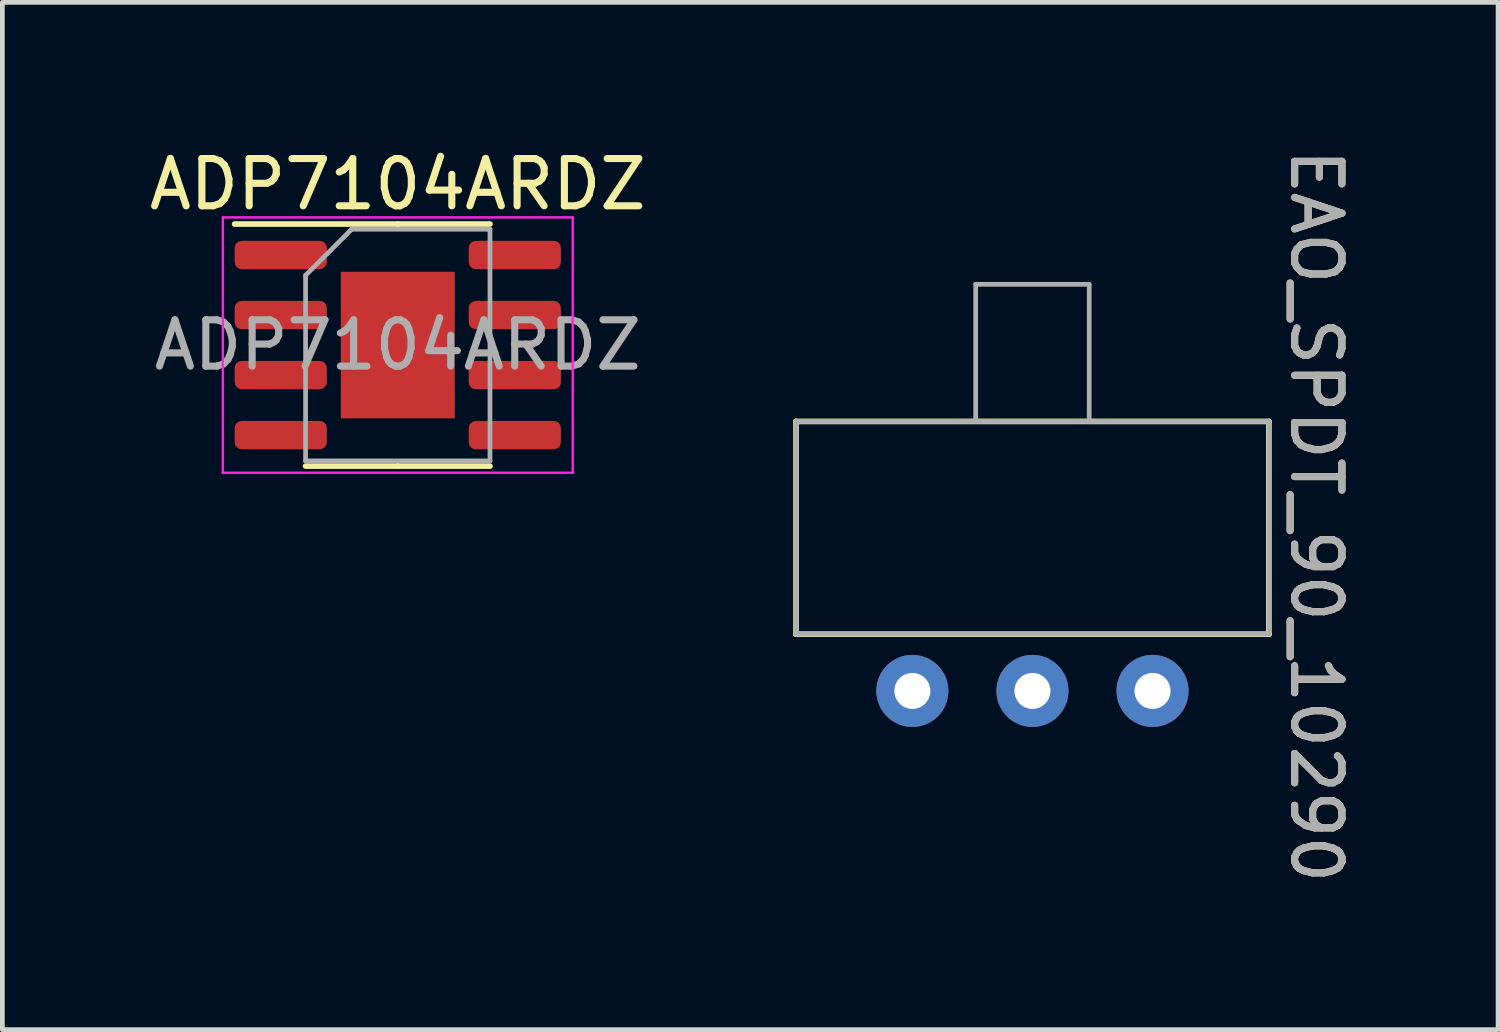
<source format=kicad_pcb>
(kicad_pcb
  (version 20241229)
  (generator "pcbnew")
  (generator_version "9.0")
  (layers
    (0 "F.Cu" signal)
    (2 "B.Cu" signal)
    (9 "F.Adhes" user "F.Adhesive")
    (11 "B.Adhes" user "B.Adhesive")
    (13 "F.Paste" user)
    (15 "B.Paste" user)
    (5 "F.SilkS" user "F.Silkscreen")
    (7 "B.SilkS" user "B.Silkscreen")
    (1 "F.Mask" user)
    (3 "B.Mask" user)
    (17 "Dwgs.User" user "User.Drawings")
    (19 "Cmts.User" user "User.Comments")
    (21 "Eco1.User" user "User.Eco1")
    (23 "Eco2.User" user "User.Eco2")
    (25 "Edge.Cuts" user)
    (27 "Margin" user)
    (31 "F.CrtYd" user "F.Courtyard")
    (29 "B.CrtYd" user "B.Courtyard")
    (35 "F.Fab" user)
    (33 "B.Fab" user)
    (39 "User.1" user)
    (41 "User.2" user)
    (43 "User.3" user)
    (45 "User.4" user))
  (footprint "EAO_SPDT_90_10290"
    (layer "F.Cu")
    (at 18.786 11.563)
    (property "Reference" "EAO_SPDT_90_10290" (at 6 -3.7 270) (unlocked yes) (layer "F.SilkS") (effects (font (size 1 1) (thickness 0.15))))
    (attr through_hole)
    (fp_line (start -5 -5.7) (end -5 -1.2) (stroke (width 0.12) (type solid)) (layer "F.SilkS"))
    (fp_line (start -5 -1.2) (end 5 -1.2) (stroke (width 0.12) (type solid)) (layer "F.SilkS"))
    (fp_line (start 5 -5.7) (end -5 -5.7) (stroke (width 0.12) (type solid)) (layer "F.SilkS"))
    (fp_line (start 5 -1.2) (end 5 -5.7) (stroke (width 0.12) (type solid)) (layer "F.SilkS"))
    (fp_line (start -5 -5.7) (end -5 -1.2) (stroke (width 0.1) (type solid)) (layer "F.Fab"))
    (fp_line (start -5 -1.2) (end 5 -1.2) (stroke (width 0.1) (type solid)) (layer "F.Fab"))
    (fp_line (start -1.2 -8.6) (end -1.2 -5.7) (stroke (width 0.1) (type solid)) (layer "F.Fab"))
    (fp_line (start 1.2 -8.6) (end -1.2 -8.6) (stroke (width 0.1) (type solid)) (layer "F.Fab"))
    (fp_line (start 1.2 -5.7) (end 1.2 -8.6) (stroke (width 0.1) (type solid)) (layer "F.Fab"))
    (fp_line (start 5 -5.7) (end -5 -5.7) (stroke (width 0.1) (type solid)) (layer "F.Fab"))
    (fp_line (start 5 -1.2) (end 5 -5.7) (stroke (width 0.1) (type solid)) (layer "F.Fab"))
    (fp_text user "${REFERENCE}" (at 6 -3.7 270) (unlocked yes) (layer "F.Fab") (effects (font (size 1 1) (thickness 0.15))))
    (pad "1" thru_hole circle (at -2.54 0) (size 1.524 1.524) (drill 0.762) (layers "*.Cu" "*.Mask"))
    (pad "2" thru_hole circle (at 0 0) (size 1.524 1.524) (drill 0.762) (layers "*.Cu" "*.Mask"))
    (pad "3" thru_hole circle (at 2.54 0) (size 1.524 1.524) (drill 0.762) (layers "*.Cu" "*.Mask")))
  (footprint "ADP7104ARDZ"
    (layer "F.Cu")
    (at 5.363 4.248)
    (property "Reference" "ADP7104ARDZ" (at 0 -3.4 0) (layer "F.SilkS") (effects (font (size 1 1) (thickness 0.15))))
    (attr smd)
    (fp_line (start 0 -2.56) (end -3.45 -2.56) (stroke (width 0.12) (type solid)) (layer "F.SilkS"))
    (fp_line (start 0 -2.56) (end 1.95 -2.56) (stroke (width 0.12) (type solid)) (layer "F.SilkS"))
    (fp_line (start 0 2.56) (end -1.95 2.56) (stroke (width 0.12) (type solid)) (layer "F.SilkS"))
    (fp_line (start 0 2.56) (end 1.95 2.56) (stroke (width 0.12) (type solid)) (layer "F.SilkS"))
    (fp_line (start -3.7 -2.7) (end -3.7 2.7) (stroke (width 0.05) (type solid)) (layer "F.CrtYd"))
    (fp_line (start -3.7 2.7) (end 3.7 2.7) (stroke (width 0.05) (type solid)) (layer "F.CrtYd"))
    (fp_line (start 3.7 -2.7) (end -3.7 -2.7) (stroke (width 0.05) (type solid)) (layer "F.CrtYd"))
    (fp_line (start 3.7 2.7) (end 3.7 -2.7) (stroke (width 0.05) (type solid)) (layer "F.CrtYd"))
    (fp_line (start -1.95 -1.475) (end -0.975 -2.45) (stroke (width 0.1) (type solid)) (layer "F.Fab"))
    (fp_line (start -1.95 2.45) (end -1.95 -1.475) (stroke (width 0.1) (type solid)) (layer "F.Fab"))
    (fp_line (start -0.975 -2.45) (end 1.95 -2.45) (stroke (width 0.1) (type solid)) (layer "F.Fab"))
    (fp_line (start 1.95 -2.45) (end 1.95 2.45) (stroke (width 0.1) (type solid)) (layer "F.Fab"))
    (fp_line (start 1.95 2.45) (end -1.95 2.45) (stroke (width 0.1) (type solid)) (layer "F.Fab"))
    (fp_text user "${REFERENCE}" (at 0 0 0) (layer "F.Fab") (effects (font (size 0.98 0.98) (thickness 0.15))))
    (pad "" smd roundrect (at -0.6 -0.825) (size 0.97 1.33) (layers "F.Paste") (roundrect_rratio 0.25))
    (pad "" smd roundrect (at -0.6 0.825) (size 0.97 1.33) (layers "F.Paste") (roundrect_rratio 0.25))
    (pad "" smd roundrect (at 0.6 -0.825) (size 0.97 1.33) (layers "F.Paste") (roundrect_rratio 0.25))
    (pad "" smd roundrect (at 0.6 0.825) (size 0.97 1.33) (layers "F.Paste") (roundrect_rratio 0.25))
    (pad "1" smd roundrect (at -2.475 -1.905) (size 1.95 0.6) (layers "F.Cu" "F.Mask" "F.Paste") (roundrect_rratio 0.25))
    (pad "2" smd roundrect (at -2.475 -0.635) (size 1.95 0.6) (layers "F.Cu" "F.Mask" "F.Paste") (roundrect_rratio 0.25))
    (pad "3" smd roundrect (at -2.475 0.635) (size 1.95 0.6) (layers "F.Cu" "F.Mask" "F.Paste") (roundrect_rratio 0.25))
    (pad "4" smd roundrect (at -2.475 1.905) (size 1.95 0.6) (layers "F.Cu" "F.Mask" "F.Paste") (roundrect_rratio 0.25))
    (pad "5" smd roundrect (at 2.475 1.905) (size 1.95 0.6) (layers "F.Cu" "F.Mask" "F.Paste") (roundrect_rratio 0.25))
    (pad "6" smd roundrect (at 2.475 0.635) (size 1.95 0.6) (layers "F.Cu" "F.Mask" "F.Paste") (roundrect_rratio 0.25))
    (pad "7" smd roundrect (at 2.475 -0.635) (size 1.95 0.6) (layers "F.Cu" "F.Mask" "F.Paste") (roundrect_rratio 0.25))
    (pad "8" smd roundrect (at 2.475 -1.905) (size 1.95 0.6) (layers "F.Cu" "F.Mask" "F.Paste") (roundrect_rratio 0.25))
    (pad "9" smd rect (at 0 0) (size 2.41 3.1) (layers "F.Cu" "F.Mask")))
  (gr_rect
    (start -3 -3)
    (end 28.634 18.726)
    (stroke (width 0.1) (type default))
    (fill no)
    (layer "Edge.Cuts")))
</source>
